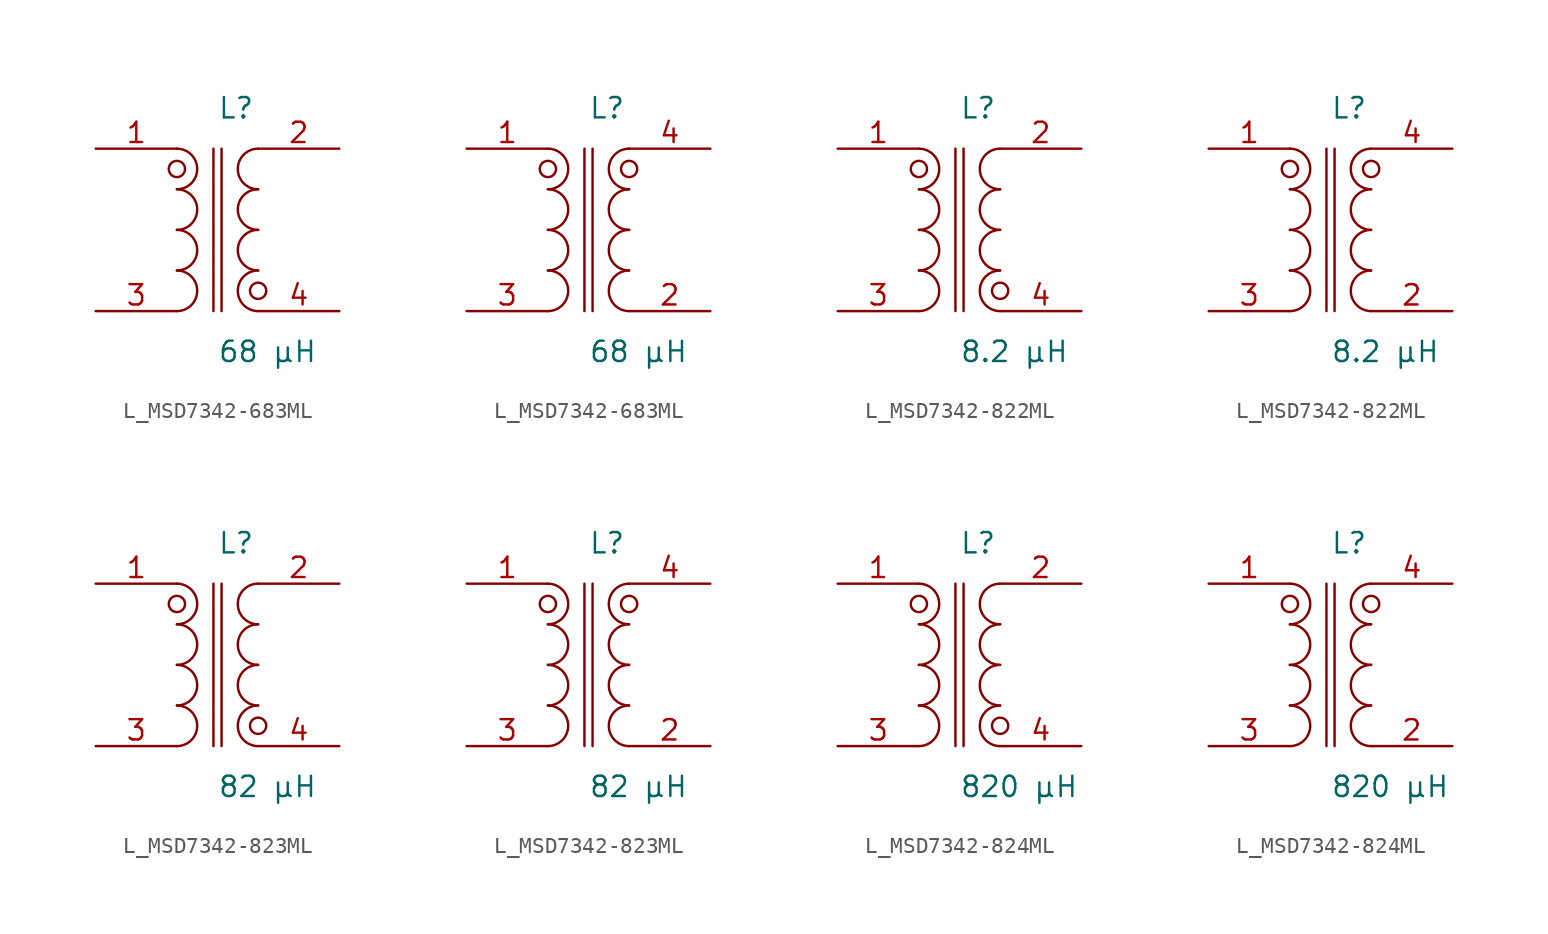
<source format=kicad_sym>
(kicad_symbol_lib
  (version 20231120)
  (generator kicad_symbol_editor)
  (generator_version 8.0)
  (symbol "L_MSD7342-683ML"
    (pin_names
      (offset 0.254))
    (property "Reference" "L"
      (at 0 7.62 0)
      (effects (font (size 1.27 1.27)) (justify left)))
    (property "Value" "68 µH"
      (at 0 -7.62 0)
      (effects (font (size 1.27 1.27)) (justify left)))
    (symbol "L_MSD7342-683ML_1_1"
      (arc (start -2.54 -5.08) (mid -1.27 -3.81) (end -2.54 -2.54) (stroke (width 0) (type default)) (fill (type none)))
      (arc (start -2.54 -2.54) (mid -1.27 -1.27) (end -2.54 0.0) (stroke (width 0) (type default)) (fill (type none)))
      (arc (start -2.54 0.0) (mid -1.27 1.27) (end -2.54 2.54) (stroke (width 0) (type default)) (fill (type none)))
      (arc (start -2.54 2.54) (mid -1.27 3.81) (end -2.54 5.08) (stroke (width 0) (type default)) (fill (type none)))
      (arc (start 2.54 -5.08) (mid 1.27 -3.81) (end 2.54 -2.54) (stroke (width 0) (type default)) (fill (type none)))
      (arc (start 2.54 -2.54) (mid 1.27 -1.27) (end 2.54 0.0) (stroke (width 0) (type default)) (fill (type none)))
      (arc (start 2.54 0.0) (mid 1.27 1.27) (end 2.54 2.54) (stroke (width 0) (type default)) (fill (type none)))
      (arc (start 2.54 2.54) (mid 1.27 3.81) (end 2.54 5.08) (stroke (width 0) (type default)) (fill (type none)))
      (circle (center -2.54 3.81) (radius 0.508) (stroke (width 0) (type default)) (fill (type none)))
      (circle (center 2.54 -3.81) (radius 0.508) (stroke (width 0) (type default)) (fill (type none)))
      (polyline (pts (xy -0.254 5.08) (xy -0.254 -5.08)) (stroke (width 0) (type default)) (fill (type none)))
      (polyline (pts (xy 0.254 5.08) (xy 0.254 -5.08)) (stroke (width 0) (type default)) (fill (type none)))
      (pin passive line (at -7.62 5.08 0) (length 5.08) (name "" (effects (font (size 1.27 1.27)))) (number "1" (effects (font (size 1.27 1.27)))))
      (pin passive line (at -7.62 -5.08 0) (length 5.08) (name "" (effects (font (size 1.27 1.27)))) (number "3" (effects (font (size 1.27 1.27)))))
      (pin passive line (at 7.62 5.08 180) (length 5.08) (name "" (effects (font (size 1.27 1.27)))) (number "2" (effects (font (size 1.27 1.27)))))
      (pin passive line (at 7.62 -5.08 180) (length 5.08) (name "" (effects (font (size 1.27 1.27)))) (number "4" (effects (font (size 1.27 1.27))))))
    (symbol "L_MSD7342-683ML_1_2"
      (arc (start -2.54 -5.08) (mid -1.27 -3.81) (end -2.54 -2.54) (stroke (width 0) (type default)) (fill (type none)))
      (arc (start -2.54 -2.54) (mid -1.27 -1.27) (end -2.54 0.0) (stroke (width 0) (type default)) (fill (type none)))
      (arc (start -2.54 0.0) (mid -1.27 1.27) (end -2.54 2.54) (stroke (width 0) (type default)) (fill (type none)))
      (arc (start -2.54 2.54) (mid -1.27 3.81) (end -2.54 5.08) (stroke (width 0) (type default)) (fill (type none)))
      (arc (start 2.54 -5.08) (mid 1.27 -3.81) (end 2.54 -2.54) (stroke (width 0) (type default)) (fill (type none)))
      (arc (start 2.54 -2.54) (mid 1.27 -1.27) (end 2.54 0.0) (stroke (width 0) (type default)) (fill (type none)))
      (arc (start 2.54 0.0) (mid 1.27 1.27) (end 2.54 2.54) (stroke (width 0) (type default)) (fill (type none)))
      (arc (start 2.54 2.54) (mid 1.27 3.81) (end 2.54 5.08) (stroke (width 0) (type default)) (fill (type none)))
      (circle (center -2.54 3.81) (radius 0.508) (stroke (width 0) (type default)) (fill (type none)))
      (circle (center 2.54 3.81) (radius 0.508) (stroke (width 0) (type default)) (fill (type none)))
      (polyline (pts (xy -0.254 5.08) (xy -0.254 -5.08)) (stroke (width 0) (type default)) (fill (type none)))
      (polyline (pts (xy 0.254 5.08) (xy 0.254 -5.08)) (stroke (width 0) (type default)) (fill (type none)))
      (pin passive line (at -7.62 5.08 0) (length 5.08) (name "" (effects (font (size 1.27 1.27)))) (number "1" (effects (font (size 1.27 1.27)))))
      (pin passive line (at -7.62 -5.08 0) (length 5.08) (name "" (effects (font (size 1.27 1.27)))) (number "3" (effects (font (size 1.27 1.27)))))
      (pin passive line (at 7.62 -5.08 180) (length 5.08) (name "" (effects (font (size 1.27 1.27)))) (number "2" (effects (font (size 1.27 1.27)))))
      (pin passive line (at 7.62 5.08 180) (length 5.08) (name "" (effects (font (size 1.27 1.27)))) (number "4" (effects (font (size 1.27 1.27)))))))
  (symbol "L_MSD7342-822ML"
    (pin_names
      (offset 0.254))
    (property "Reference" "L"
      (at 0 7.62 0)
      (effects (font (size 1.27 1.27)) (justify left)))
    (property "Value" "8.2 µH"
      (at 0 -7.62 0)
      (effects (font (size 1.27 1.27)) (justify left)))
    (symbol "L_MSD7342-822ML_1_1"
      (arc (start -2.54 -5.08) (mid -1.27 -3.81) (end -2.54 -2.54) (stroke (width 0) (type default)) (fill (type none)))
      (arc (start -2.54 -2.54) (mid -1.27 -1.27) (end -2.54 0.0) (stroke (width 0) (type default)) (fill (type none)))
      (arc (start -2.54 0.0) (mid -1.27 1.27) (end -2.54 2.54) (stroke (width 0) (type default)) (fill (type none)))
      (arc (start -2.54 2.54) (mid -1.27 3.81) (end -2.54 5.08) (stroke (width 0) (type default)) (fill (type none)))
      (arc (start 2.54 -5.08) (mid 1.27 -3.81) (end 2.54 -2.54) (stroke (width 0) (type default)) (fill (type none)))
      (arc (start 2.54 -2.54) (mid 1.27 -1.27) (end 2.54 0.0) (stroke (width 0) (type default)) (fill (type none)))
      (arc (start 2.54 0.0) (mid 1.27 1.27) (end 2.54 2.54) (stroke (width 0) (type default)) (fill (type none)))
      (arc (start 2.54 2.54) (mid 1.27 3.81) (end 2.54 5.08) (stroke (width 0) (type default)) (fill (type none)))
      (circle (center -2.54 3.81) (radius 0.508) (stroke (width 0) (type default)) (fill (type none)))
      (circle (center 2.54 -3.81) (radius 0.508) (stroke (width 0) (type default)) (fill (type none)))
      (polyline (pts (xy -0.254 5.08) (xy -0.254 -5.08)) (stroke (width 0) (type default)) (fill (type none)))
      (polyline (pts (xy 0.254 5.08) (xy 0.254 -5.08)) (stroke (width 0) (type default)) (fill (type none)))
      (pin passive line (at -7.62 5.08 0) (length 5.08) (name "" (effects (font (size 1.27 1.27)))) (number "1" (effects (font (size 1.27 1.27)))))
      (pin passive line (at -7.62 -5.08 0) (length 5.08) (name "" (effects (font (size 1.27 1.27)))) (number "3" (effects (font (size 1.27 1.27)))))
      (pin passive line (at 7.62 5.08 180) (length 5.08) (name "" (effects (font (size 1.27 1.27)))) (number "2" (effects (font (size 1.27 1.27)))))
      (pin passive line (at 7.62 -5.08 180) (length 5.08) (name "" (effects (font (size 1.27 1.27)))) (number "4" (effects (font (size 1.27 1.27))))))
    (symbol "L_MSD7342-822ML_1_2"
      (arc (start -2.54 -5.08) (mid -1.27 -3.81) (end -2.54 -2.54) (stroke (width 0) (type default)) (fill (type none)))
      (arc (start -2.54 -2.54) (mid -1.27 -1.27) (end -2.54 0.0) (stroke (width 0) (type default)) (fill (type none)))
      (arc (start -2.54 0.0) (mid -1.27 1.27) (end -2.54 2.54) (stroke (width 0) (type default)) (fill (type none)))
      (arc (start -2.54 2.54) (mid -1.27 3.81) (end -2.54 5.08) (stroke (width 0) (type default)) (fill (type none)))
      (arc (start 2.54 -5.08) (mid 1.27 -3.81) (end 2.54 -2.54) (stroke (width 0) (type default)) (fill (type none)))
      (arc (start 2.54 -2.54) (mid 1.27 -1.27) (end 2.54 0.0) (stroke (width 0) (type default)) (fill (type none)))
      (arc (start 2.54 0.0) (mid 1.27 1.27) (end 2.54 2.54) (stroke (width 0) (type default)) (fill (type none)))
      (arc (start 2.54 2.54) (mid 1.27 3.81) (end 2.54 5.08) (stroke (width 0) (type default)) (fill (type none)))
      (circle (center -2.54 3.81) (radius 0.508) (stroke (width 0) (type default)) (fill (type none)))
      (circle (center 2.54 3.81) (radius 0.508) (stroke (width 0) (type default)) (fill (type none)))
      (polyline (pts (xy -0.254 5.08) (xy -0.254 -5.08)) (stroke (width 0) (type default)) (fill (type none)))
      (polyline (pts (xy 0.254 5.08) (xy 0.254 -5.08)) (stroke (width 0) (type default)) (fill (type none)))
      (pin passive line (at -7.62 5.08 0) (length 5.08) (name "" (effects (font (size 1.27 1.27)))) (number "1" (effects (font (size 1.27 1.27)))))
      (pin passive line (at -7.62 -5.08 0) (length 5.08) (name "" (effects (font (size 1.27 1.27)))) (number "3" (effects (font (size 1.27 1.27)))))
      (pin passive line (at 7.62 -5.08 180) (length 5.08) (name "" (effects (font (size 1.27 1.27)))) (number "2" (effects (font (size 1.27 1.27)))))
      (pin passive line (at 7.62 5.08 180) (length 5.08) (name "" (effects (font (size 1.27 1.27)))) (number "4" (effects (font (size 1.27 1.27)))))))
  (symbol "L_MSD7342-823ML"
    (pin_names
      (offset 0.254))
    (property "Reference" "L"
      (at 0 7.62 0)
      (effects (font (size 1.27 1.27)) (justify left)))
    (property "Value" "82 µH"
      (at 0 -7.62 0)
      (effects (font (size 1.27 1.27)) (justify left)))
    (symbol "L_MSD7342-823ML_1_1"
      (arc (start -2.54 -5.08) (mid -1.27 -3.81) (end -2.54 -2.54) (stroke (width 0) (type default)) (fill (type none)))
      (arc (start -2.54 -2.54) (mid -1.27 -1.27) (end -2.54 0.0) (stroke (width 0) (type default)) (fill (type none)))
      (arc (start -2.54 0.0) (mid -1.27 1.27) (end -2.54 2.54) (stroke (width 0) (type default)) (fill (type none)))
      (arc (start -2.54 2.54) (mid -1.27 3.81) (end -2.54 5.08) (stroke (width 0) (type default)) (fill (type none)))
      (arc (start 2.54 -5.08) (mid 1.27 -3.81) (end 2.54 -2.54) (stroke (width 0) (type default)) (fill (type none)))
      (arc (start 2.54 -2.54) (mid 1.27 -1.27) (end 2.54 0.0) (stroke (width 0) (type default)) (fill (type none)))
      (arc (start 2.54 0.0) (mid 1.27 1.27) (end 2.54 2.54) (stroke (width 0) (type default)) (fill (type none)))
      (arc (start 2.54 2.54) (mid 1.27 3.81) (end 2.54 5.08) (stroke (width 0) (type default)) (fill (type none)))
      (circle (center -2.54 3.81) (radius 0.508) (stroke (width 0) (type default)) (fill (type none)))
      (circle (center 2.54 -3.81) (radius 0.508) (stroke (width 0) (type default)) (fill (type none)))
      (polyline (pts (xy -0.254 5.08) (xy -0.254 -5.08)) (stroke (width 0) (type default)) (fill (type none)))
      (polyline (pts (xy 0.254 5.08) (xy 0.254 -5.08)) (stroke (width 0) (type default)) (fill (type none)))
      (pin passive line (at -7.62 5.08 0) (length 5.08) (name "" (effects (font (size 1.27 1.27)))) (number "1" (effects (font (size 1.27 1.27)))))
      (pin passive line (at -7.62 -5.08 0) (length 5.08) (name "" (effects (font (size 1.27 1.27)))) (number "3" (effects (font (size 1.27 1.27)))))
      (pin passive line (at 7.62 5.08 180) (length 5.08) (name "" (effects (font (size 1.27 1.27)))) (number "2" (effects (font (size 1.27 1.27)))))
      (pin passive line (at 7.62 -5.08 180) (length 5.08) (name "" (effects (font (size 1.27 1.27)))) (number "4" (effects (font (size 1.27 1.27))))))
    (symbol "L_MSD7342-823ML_1_2"
      (arc (start -2.54 -5.08) (mid -1.27 -3.81) (end -2.54 -2.54) (stroke (width 0) (type default)) (fill (type none)))
      (arc (start -2.54 -2.54) (mid -1.27 -1.27) (end -2.54 0.0) (stroke (width 0) (type default)) (fill (type none)))
      (arc (start -2.54 0.0) (mid -1.27 1.27) (end -2.54 2.54) (stroke (width 0) (type default)) (fill (type none)))
      (arc (start -2.54 2.54) (mid -1.27 3.81) (end -2.54 5.08) (stroke (width 0) (type default)) (fill (type none)))
      (arc (start 2.54 -5.08) (mid 1.27 -3.81) (end 2.54 -2.54) (stroke (width 0) (type default)) (fill (type none)))
      (arc (start 2.54 -2.54) (mid 1.27 -1.27) (end 2.54 0.0) (stroke (width 0) (type default)) (fill (type none)))
      (arc (start 2.54 0.0) (mid 1.27 1.27) (end 2.54 2.54) (stroke (width 0) (type default)) (fill (type none)))
      (arc (start 2.54 2.54) (mid 1.27 3.81) (end 2.54 5.08) (stroke (width 0) (type default)) (fill (type none)))
      (circle (center -2.54 3.81) (radius 0.508) (stroke (width 0) (type default)) (fill (type none)))
      (circle (center 2.54 3.81) (radius 0.508) (stroke (width 0) (type default)) (fill (type none)))
      (polyline (pts (xy -0.254 5.08) (xy -0.254 -5.08)) (stroke (width 0) (type default)) (fill (type none)))
      (polyline (pts (xy 0.254 5.08) (xy 0.254 -5.08)) (stroke (width 0) (type default)) (fill (type none)))
      (pin passive line (at -7.62 5.08 0) (length 5.08) (name "" (effects (font (size 1.27 1.27)))) (number "1" (effects (font (size 1.27 1.27)))))
      (pin passive line (at -7.62 -5.08 0) (length 5.08) (name "" (effects (font (size 1.27 1.27)))) (number "3" (effects (font (size 1.27 1.27)))))
      (pin passive line (at 7.62 -5.08 180) (length 5.08) (name "" (effects (font (size 1.27 1.27)))) (number "2" (effects (font (size 1.27 1.27)))))
      (pin passive line (at 7.62 5.08 180) (length 5.08) (name "" (effects (font (size 1.27 1.27)))) (number "4" (effects (font (size 1.27 1.27)))))))
  (symbol "L_MSD7342-824ML"
    (pin_names
      (offset 0.254))
    (property "Reference" "L"
      (at 0 7.62 0)
      (effects (font (size 1.27 1.27)) (justify left)))
    (property "Value" "820 µH"
      (at 0 -7.62 0)
      (effects (font (size 1.27 1.27)) (justify left)))
    (symbol "L_MSD7342-824ML_1_1"
      (arc (start -2.54 -5.08) (mid -1.27 -3.81) (end -2.54 -2.54) (stroke (width 0) (type default)) (fill (type none)))
      (arc (start -2.54 -2.54) (mid -1.27 -1.27) (end -2.54 0.0) (stroke (width 0) (type default)) (fill (type none)))
      (arc (start -2.54 0.0) (mid -1.27 1.27) (end -2.54 2.54) (stroke (width 0) (type default)) (fill (type none)))
      (arc (start -2.54 2.54) (mid -1.27 3.81) (end -2.54 5.08) (stroke (width 0) (type default)) (fill (type none)))
      (arc (start 2.54 -5.08) (mid 1.27 -3.81) (end 2.54 -2.54) (stroke (width 0) (type default)) (fill (type none)))
      (arc (start 2.54 -2.54) (mid 1.27 -1.27) (end 2.54 0.0) (stroke (width 0) (type default)) (fill (type none)))
      (arc (start 2.54 0.0) (mid 1.27 1.27) (end 2.54 2.54) (stroke (width 0) (type default)) (fill (type none)))
      (arc (start 2.54 2.54) (mid 1.27 3.81) (end 2.54 5.08) (stroke (width 0) (type default)) (fill (type none)))
      (circle (center -2.54 3.81) (radius 0.508) (stroke (width 0) (type default)) (fill (type none)))
      (circle (center 2.54 -3.81) (radius 0.508) (stroke (width 0) (type default)) (fill (type none)))
      (polyline (pts (xy -0.254 5.08) (xy -0.254 -5.08)) (stroke (width 0) (type default)) (fill (type none)))
      (polyline (pts (xy 0.254 5.08) (xy 0.254 -5.08)) (stroke (width 0) (type default)) (fill (type none)))
      (pin passive line (at -7.62 5.08 0) (length 5.08) (name "" (effects (font (size 1.27 1.27)))) (number "1" (effects (font (size 1.27 1.27)))))
      (pin passive line (at -7.62 -5.08 0) (length 5.08) (name "" (effects (font (size 1.27 1.27)))) (number "3" (effects (font (size 1.27 1.27)))))
      (pin passive line (at 7.62 5.08 180) (length 5.08) (name "" (effects (font (size 1.27 1.27)))) (number "2" (effects (font (size 1.27 1.27)))))
      (pin passive line (at 7.62 -5.08 180) (length 5.08) (name "" (effects (font (size 1.27 1.27)))) (number "4" (effects (font (size 1.27 1.27))))))
    (symbol "L_MSD7342-824ML_1_2"
      (arc (start -2.54 -5.08) (mid -1.27 -3.81) (end -2.54 -2.54) (stroke (width 0) (type default)) (fill (type none)))
      (arc (start -2.54 -2.54) (mid -1.27 -1.27) (end -2.54 0.0) (stroke (width 0) (type default)) (fill (type none)))
      (arc (start -2.54 0.0) (mid -1.27 1.27) (end -2.54 2.54) (stroke (width 0) (type default)) (fill (type none)))
      (arc (start -2.54 2.54) (mid -1.27 3.81) (end -2.54 5.08) (stroke (width 0) (type default)) (fill (type none)))
      (arc (start 2.54 -5.08) (mid 1.27 -3.81) (end 2.54 -2.54) (stroke (width 0) (type default)) (fill (type none)))
      (arc (start 2.54 -2.54) (mid 1.27 -1.27) (end 2.54 0.0) (stroke (width 0) (type default)) (fill (type none)))
      (arc (start 2.54 0.0) (mid 1.27 1.27) (end 2.54 2.54) (stroke (width 0) (type default)) (fill (type none)))
      (arc (start 2.54 2.54) (mid 1.27 3.81) (end 2.54 5.08) (stroke (width 0) (type default)) (fill (type none)))
      (circle (center -2.54 3.81) (radius 0.508) (stroke (width 0) (type default)) (fill (type none)))
      (circle (center 2.54 3.81) (radius 0.508) (stroke (width 0) (type default)) (fill (type none)))
      (polyline (pts (xy -0.254 5.08) (xy -0.254 -5.08)) (stroke (width 0) (type default)) (fill (type none)))
      (polyline (pts (xy 0.254 5.08) (xy 0.254 -5.08)) (stroke (width 0) (type default)) (fill (type none)))
      (pin passive line (at -7.62 5.08 0) (length 5.08) (name "" (effects (font (size 1.27 1.27)))) (number "1" (effects (font (size 1.27 1.27)))))
      (pin passive line (at -7.62 -5.08 0) (length 5.08) (name "" (effects (font (size 1.27 1.27)))) (number "3" (effects (font (size 1.27 1.27)))))
      (pin passive line (at 7.62 -5.08 180) (length 5.08) (name "" (effects (font (size 1.27 1.27)))) (number "2" (effects (font (size 1.27 1.27)))))
      (pin passive line (at 7.62 5.08 180) (length 5.08) (name "" (effects (font (size 1.27 1.27)))) (number "4" (effects (font (size 1.27 1.27))))))))
</source>
